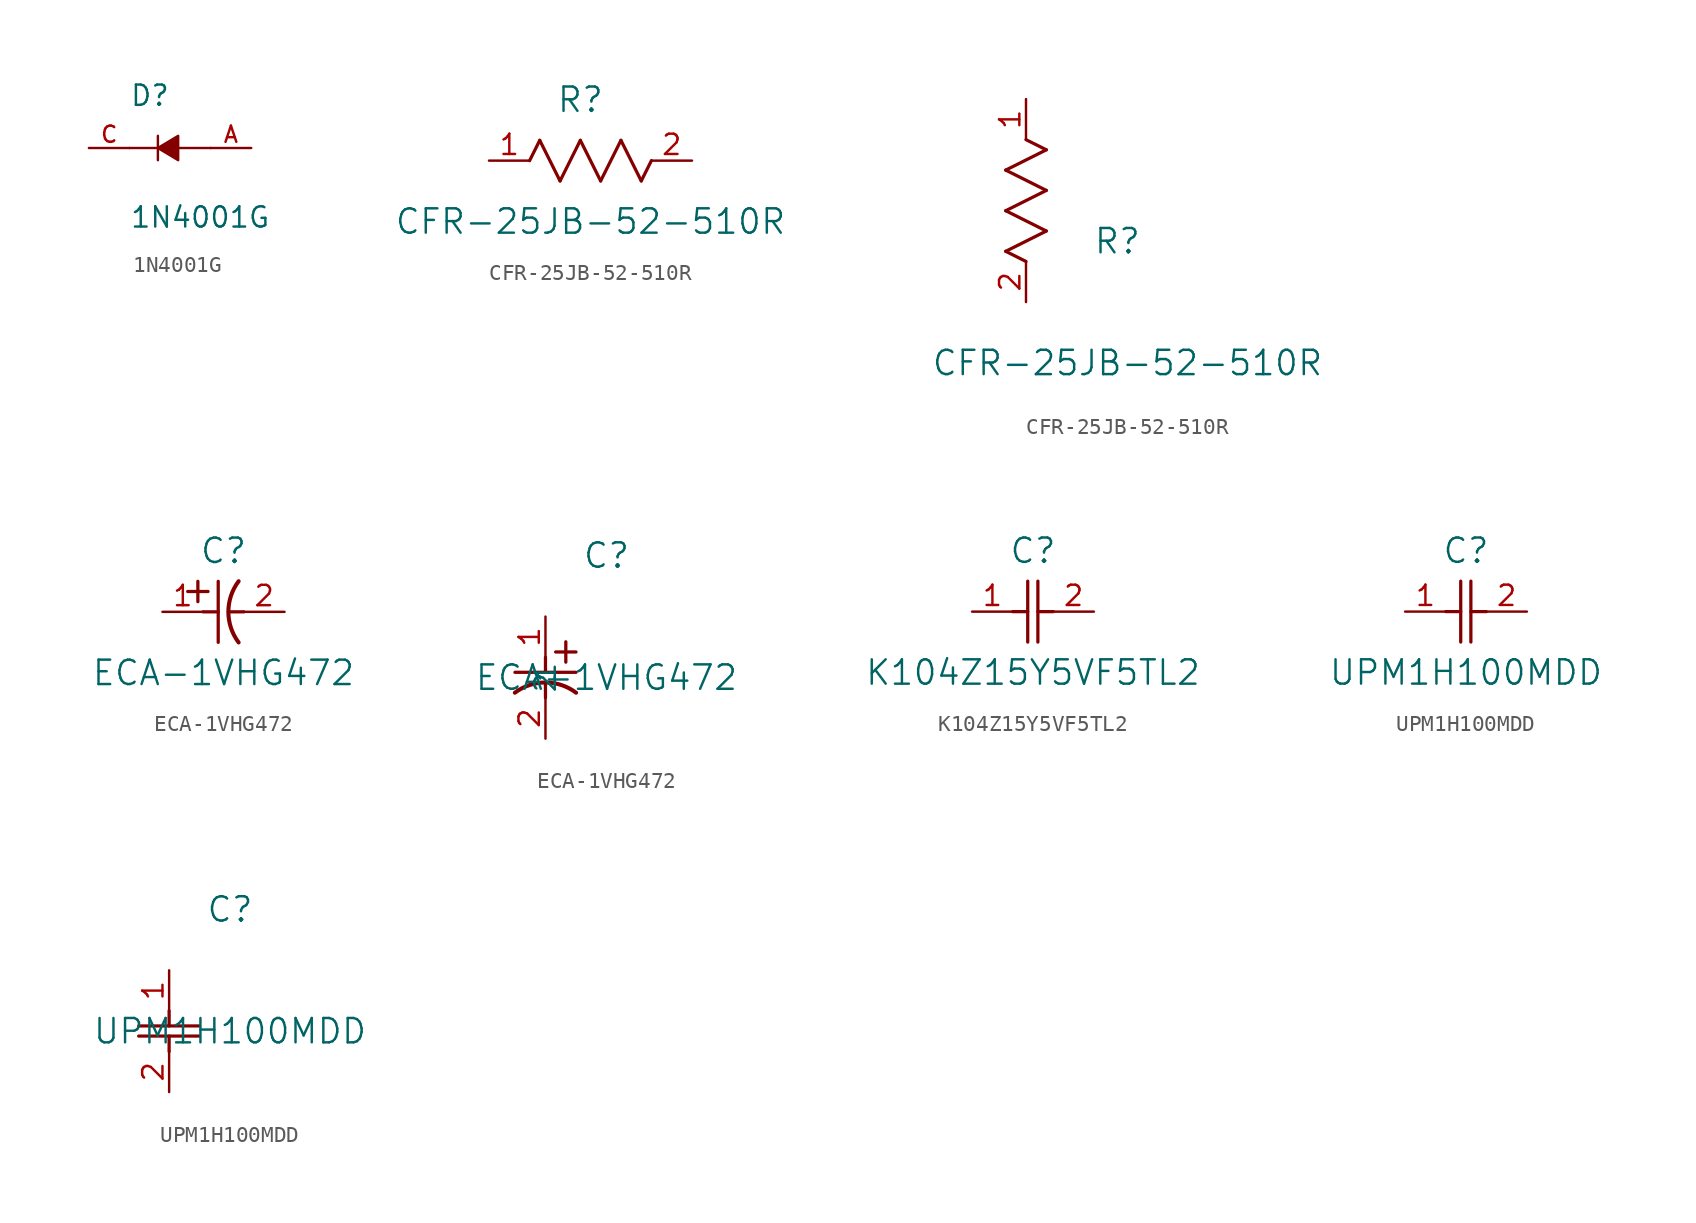
<source format=kicad_sym>
(kicad_symbol_lib
  (version 20220914)
  (generator kicad_symbol_editor)
  (symbol "1N4001G"
    (pin_names
      (offset 1.016))
    (property "Reference" "D"
      (at -2.54 2.54 0)
      (effects (font (size 1.27 1.27)) (justify left bottom)))
    (property "Value" "1N4001G"
      (at -2.54 -5.08 0)
      (effects (font (size 1.27 1.27)) (justify left bottom)))
    (symbol "1N4001G_0_0"
      (polyline (pts (xy -0.762 0) (xy -2.54 0)) (stroke (width 0.152) (type default)) (fill (type none)))
      (polyline (pts (xy -0.762 0.762) (xy -0.762 -0.762)) (stroke (width 0.152) (type default)) (fill (type none)))
      (polyline (pts (xy 0.508 0) (xy 2.54 0)) (stroke (width 0.152) (type default)) (fill (type none)))
      (polyline (pts (xy -0.762 0) (xy 0.508 0.762) (xy 0.508 -0.762) (xy -0.762 0)) (stroke (width 0.152) (type default)) (fill (type outline)))
      (pin passive line (at 5.08 0 180) (length 2.54) (name "~" (effects (font (size 1.016 1.016)))) (number "A" (effects (font (size 1.016 1.016)))))
      (pin passive line (at -5.08 0 0) (length 2.54) (name "~" (effects (font (size 1.016 1.016)))) (number "C" (effects (font (size 1.016 1.016)))))))
  (symbol "CFR-25JB-52-510R"
    (pin_names
      (offset 0.254))
    (property "Reference" "R"
      (at 5.715 3.81 0)
      (effects (font (size 1.524 1.524))))
    (property "Value" "CFR-25JB-52-510R"
      (at 6.35 -3.81 0)
      (effects (font (size 1.524 1.524))))
    (property "ki_locked" ""
      (at 0 0 0)
      (effects (font (size 1.27 1.27))))
    (symbol "CFR-25JB-52-510R_1_1"
      (polyline (pts (xy 2.54 0) (xy 3.175 1.27)) (stroke (width 0.203) (type default)) (fill (type none)))
      (polyline (pts (xy 3.175 1.27) (xy 4.445 -1.27)) (stroke (width 0.203) (type default)) (fill (type none)))
      (polyline (pts (xy 4.445 -1.27) (xy 5.715 1.27)) (stroke (width 0.203) (type default)) (fill (type none)))
      (polyline (pts (xy 5.715 1.27) (xy 6.985 -1.27)) (stroke (width 0.203) (type default)) (fill (type none)))
      (polyline (pts (xy 6.985 -1.27) (xy 8.255 1.27)) (stroke (width 0.203) (type default)) (fill (type none)))
      (polyline (pts (xy 8.255 1.27) (xy 9.525 -1.27)) (stroke (width 0.203) (type default)) (fill (type none)))
      (polyline (pts (xy 9.525 -1.27) (xy 10.16 0)) (stroke (width 0.203) (type default)) (fill (type none)))
      (pin unspecified line (at 0 0 0) (length 2.54) (name "" (effects (font (size 1.27 1.27)))) (number "1" (effects (font (size 1.27 1.27)))))
      (pin unspecified line (at 12.7 0 180) (length 2.54) (name "" (effects (font (size 1.27 1.27)))) (number "2" (effects (font (size 1.27 1.27))))))
    (symbol "CFR-25JB-52-510R_1_2"
      (polyline (pts (xy -1.27 3.175) (xy 1.27 4.445)) (stroke (width 0.203) (type default)) (fill (type none)))
      (polyline (pts (xy -1.27 5.715) (xy 1.27 6.985)) (stroke (width 0.203) (type default)) (fill (type none)))
      (polyline (pts (xy -1.27 8.255) (xy 1.27 9.525)) (stroke (width 0.203) (type default)) (fill (type none)))
      (polyline (pts (xy 0 2.54) (xy -1.27 3.175)) (stroke (width 0.203) (type default)) (fill (type none)))
      (polyline (pts (xy 1.27 4.445) (xy -1.27 5.715)) (stroke (width 0.203) (type default)) (fill (type none)))
      (polyline (pts (xy 1.27 6.985) (xy -1.27 8.255)) (stroke (width 0.203) (type default)) (fill (type none)))
      (polyline (pts (xy 1.27 9.525) (xy 0 10.16)) (stroke (width 0.203) (type default)) (fill (type none)))
      (pin unspecified line (at 0 12.7 270) (length 2.54) (name "" (effects (font (size 1.27 1.27)))) (number "1" (effects (font (size 1.27 1.27)))))
      (pin unspecified line (at 0 0 90) (length 2.54) (name "" (effects (font (size 1.27 1.27)))) (number "2" (effects (font (size 1.27 1.27)))))))
  (symbol "ECA-1VHG472"
    (pin_names
      (offset 0.254))
    (property "Reference" "C"
      (at 3.81 3.81 0)
      (effects (font (size 1.524 1.524))))
    (property "Value" "ECA-1VHG472"
      (at 3.81 -3.81 0)
      (effects (font (size 1.524 1.524))))
    (property "ki_locked" ""
      (at 0 0 0)
      (effects (font (size 1.27 1.27))))
    (symbol "ECA-1VHG472_1_1"
      (polyline (pts (xy 1.575 1.27) (xy 2.845 1.27)) (stroke (width 0.203) (type default)) (fill (type none)))
      (polyline (pts (xy 2.21 0.635) (xy 2.21 1.905)) (stroke (width 0.203) (type default)) (fill (type none)))
      (polyline (pts (xy 2.54 0) (xy 3.48 0)) (stroke (width 0.203) (type default)) (fill (type none)))
      (polyline (pts (xy 3.48 -1.905) (xy 3.48 1.905)) (stroke (width 0.203) (type default)) (fill (type none)))
      (polyline (pts (xy 4.115 0) (xy 5.08 0)) (stroke (width 0.203) (type default)) (fill (type none)))
      (arc (start 4.7541 1.9108) (mid 4.1148 0) (end 4.7541 -1.9108) (stroke (width 0.254) (type default)) (fill (type none)))
      (pin unspecified line (at 0 0 0) (length 2.54) (name "" (effects (font (size 1.27 1.27)))) (number "1" (effects (font (size 1.27 1.27)))))
      (pin unspecified line (at 7.62 0 180) (length 2.54) (name "" (effects (font (size 1.27 1.27)))) (number "2" (effects (font (size 1.27 1.27))))))
    (symbol "ECA-1VHG472_1_2"
      (polyline (pts (xy -1.905 -3.48) (xy 1.905 -3.48)) (stroke (width 0.203) (type default)) (fill (type none)))
      (polyline (pts (xy 0 -4.115) (xy 0 -5.08)) (stroke (width 0.203) (type default)) (fill (type none)))
      (polyline (pts (xy 0 -2.54) (xy 0 -3.48)) (stroke (width 0.203) (type default)) (fill (type none)))
      (polyline (pts (xy 0.635 -2.21) (xy 1.905 -2.21)) (stroke (width 0.203) (type default)) (fill (type none)))
      (polyline (pts (xy 1.27 -1.575) (xy 1.27 -2.845)) (stroke (width 0.203) (type default)) (fill (type none)))
      (arc (start 1.9108 -4.7541) (mid 0 -4.1148) (end -1.9108 -4.7541) (stroke (width 0.254) (type default)) (fill (type none)))
      (pin unspecified line (at 0 0 270) (length 2.54) (name "1" (effects (font (size 1.27 1.27)))) (number "1" (effects (font (size 1.27 1.27)))))
      (pin unspecified line (at 0 -7.62 90) (length 2.54) (name "2" (effects (font (size 1.27 1.27)))) (number "2" (effects (font (size 1.27 1.27)))))))
  (symbol "K104Z15Y5VF5TL2"
    (pin_names
      (offset 0.254))
    (property "Reference" "C"
      (at 3.81 3.81 0)
      (effects (font (size 1.524 1.524))))
    (property "Value" "K104Z15Y5VF5TL2"
      (at 3.81 -3.81 0)
      (effects (font (size 1.524 1.524))))
    (property "ki_locked" ""
      (at 0 0 0)
      (effects (font (size 1.27 1.27))))
    (symbol "K104Z15Y5VF5TL2_0_1"
      (polyline (pts (xy 2.54 0) (xy 3.48 0)) (stroke (width 0.203) (type default)) (fill (type none)))
      (polyline (pts (xy 3.48 -1.905) (xy 3.48 1.905)) (stroke (width 0.203) (type default)) (fill (type none)))
      (polyline (pts (xy 4.115 -1.905) (xy 4.115 1.905)) (stroke (width 0.203) (type default)) (fill (type none)))
      (polyline (pts (xy 4.115 0) (xy 5.08 0)) (stroke (width 0.203) (type default)) (fill (type none)))
      (pin unspecified line (at 0 0 0) (length 2.54) (name "" (effects (font (size 1.27 1.27)))) (number "1" (effects (font (size 1.27 1.27)))))
      (pin unspecified line (at 7.62 0 180) (length 2.54) (name "" (effects (font (size 1.27 1.27)))) (number "2" (effects (font (size 1.27 1.27)))))))
  (symbol "UPM1H100MDD"
    (pin_names
      (offset 0.254))
    (property "Reference" "C"
      (at 3.81 3.81 0)
      (effects (font (size 1.524 1.524))))
    (property "Value" "UPM1H100MDD"
      (at 3.81 -3.81 0)
      (effects (font (size 1.524 1.524))))
    (property "ki_locked" ""
      (at 0 0 0)
      (effects (font (size 1.27 1.27))))
    (symbol "UPM1H100MDD_1_1"
      (polyline (pts (xy 2.54 0) (xy 3.48 0)) (stroke (width 0.203) (type default)) (fill (type none)))
      (polyline (pts (xy 3.48 -1.905) (xy 3.48 1.905)) (stroke (width 0.203) (type default)) (fill (type none)))
      (polyline (pts (xy 4.115 -1.905) (xy 4.115 1.905)) (stroke (width 0.203) (type default)) (fill (type none)))
      (polyline (pts (xy 4.115 0) (xy 5.08 0)) (stroke (width 0.203) (type default)) (fill (type none)))
      (pin unspecified line (at 0 0 0) (length 2.54) (name "" (effects (font (size 1.27 1.27)))) (number "1" (effects (font (size 1.27 1.27)))))
      (pin unspecified line (at 7.62 0 180) (length 2.54) (name "" (effects (font (size 1.27 1.27)))) (number "2" (effects (font (size 1.27 1.27))))))
    (symbol "UPM1H100MDD_1_2"
      (polyline (pts (xy -1.905 -4.115) (xy 1.905 -4.115)) (stroke (width 0.203) (type default)) (fill (type none)))
      (polyline (pts (xy -1.905 -3.48) (xy 1.905 -3.48)) (stroke (width 0.203) (type default)) (fill (type none)))
      (polyline (pts (xy 0 -4.115) (xy 0 -5.08)) (stroke (width 0.203) (type default)) (fill (type none)))
      (polyline (pts (xy 0 -2.54) (xy 0 -3.48)) (stroke (width 0.203) (type default)) (fill (type none)))
      (pin unspecified line (at 0 0 270) (length 2.54) (name "" (effects (font (size 1.27 1.27)))) (number "1" (effects (font (size 1.27 1.27)))))
      (pin unspecified line (at 0 -7.62 90) (length 2.54) (name "" (effects (font (size 1.27 1.27)))) (number "2" (effects (font (size 1.27 1.27))))))))
</source>
